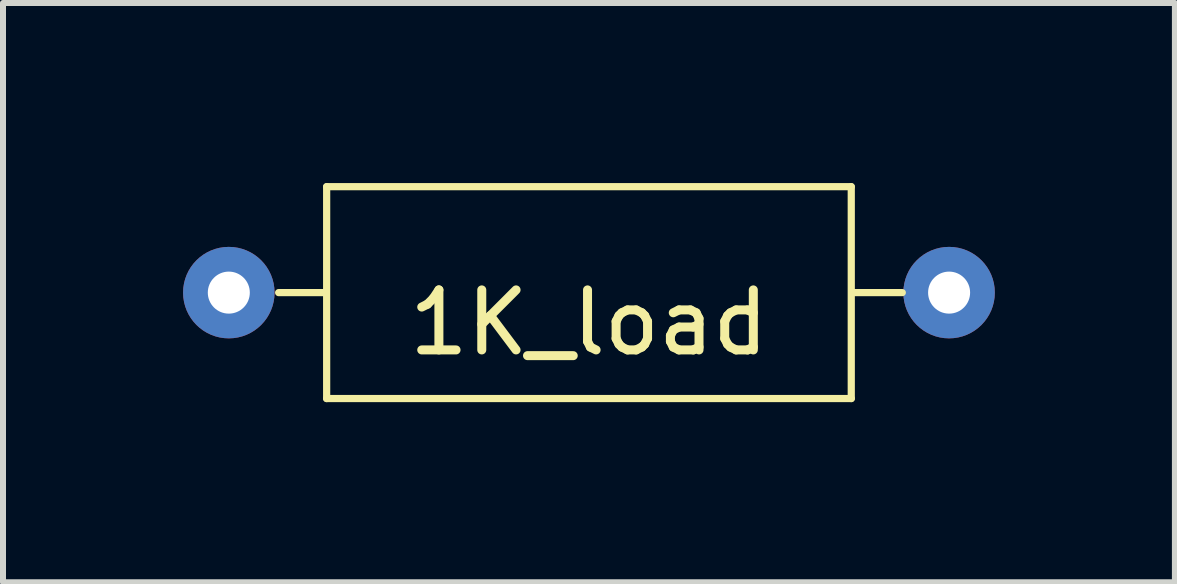
<source format=kicad_pcb>
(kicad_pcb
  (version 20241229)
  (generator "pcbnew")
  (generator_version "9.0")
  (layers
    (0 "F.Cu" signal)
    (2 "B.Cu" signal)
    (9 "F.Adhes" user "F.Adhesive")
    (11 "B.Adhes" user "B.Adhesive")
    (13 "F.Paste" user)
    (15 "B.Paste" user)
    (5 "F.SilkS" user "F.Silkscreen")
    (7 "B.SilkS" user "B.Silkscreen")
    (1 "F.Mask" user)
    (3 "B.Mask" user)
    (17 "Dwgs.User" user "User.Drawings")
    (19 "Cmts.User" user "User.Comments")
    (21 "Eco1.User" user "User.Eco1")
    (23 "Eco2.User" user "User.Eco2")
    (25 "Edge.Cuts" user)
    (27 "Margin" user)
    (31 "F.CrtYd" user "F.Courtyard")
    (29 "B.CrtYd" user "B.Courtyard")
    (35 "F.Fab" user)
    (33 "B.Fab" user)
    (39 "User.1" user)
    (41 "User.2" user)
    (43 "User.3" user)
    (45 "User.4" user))
  (footprint "1K_load"
    (layer "F.Cu")
    (at 6.762 1.825)
    (property "Reference" "1K_load" (at 0 0.5 0) (layer "F.SilkS") (effects (font (size 1 1) (thickness 0.15))))
    (attr through_hole)
    (fp_line (start -4.4 0) (end -5.17 0) (stroke (width 0.12) (type solid)) (layer "F.SilkS"))
    (fp_line (start -4.37 -1.765) (end 4.37 -1.765) (stroke (width 0.12) (type solid)) (layer "F.SilkS"))
    (fp_line (start -4.37 1.765) (end -4.37 -1.765) (stroke (width 0.12) (type solid)) (layer "F.SilkS"))
    (fp_line (start 4.37 -1.765) (end 4.37 1.765) (stroke (width 0.12) (type solid)) (layer "F.SilkS"))
    (fp_line (start 4.37 1.765) (end -4.37 1.765) (stroke (width 0.12) (type solid)) (layer "F.SilkS"))
    (fp_line (start 4.4 0) (end 5.22 0) (stroke (width 0.12) (type solid)) (layer "F.SilkS"))
    (pad "1" thru_hole circle (at -6 0) (size 1.524 1.524) (drill 0.7) (layers "*.Cu" "*.Mask"))
    (pad "2" thru_hole circle (at 6 0) (size 1.524 1.524) (drill 0.7) (layers "*.Cu" "*.Mask")))
  (gr_rect
    (start -3 -3)
    (end 16.524 6.65)
    (stroke (width 0.1) (type default))
    (fill no)
    (layer "Edge.Cuts")))
</source>
